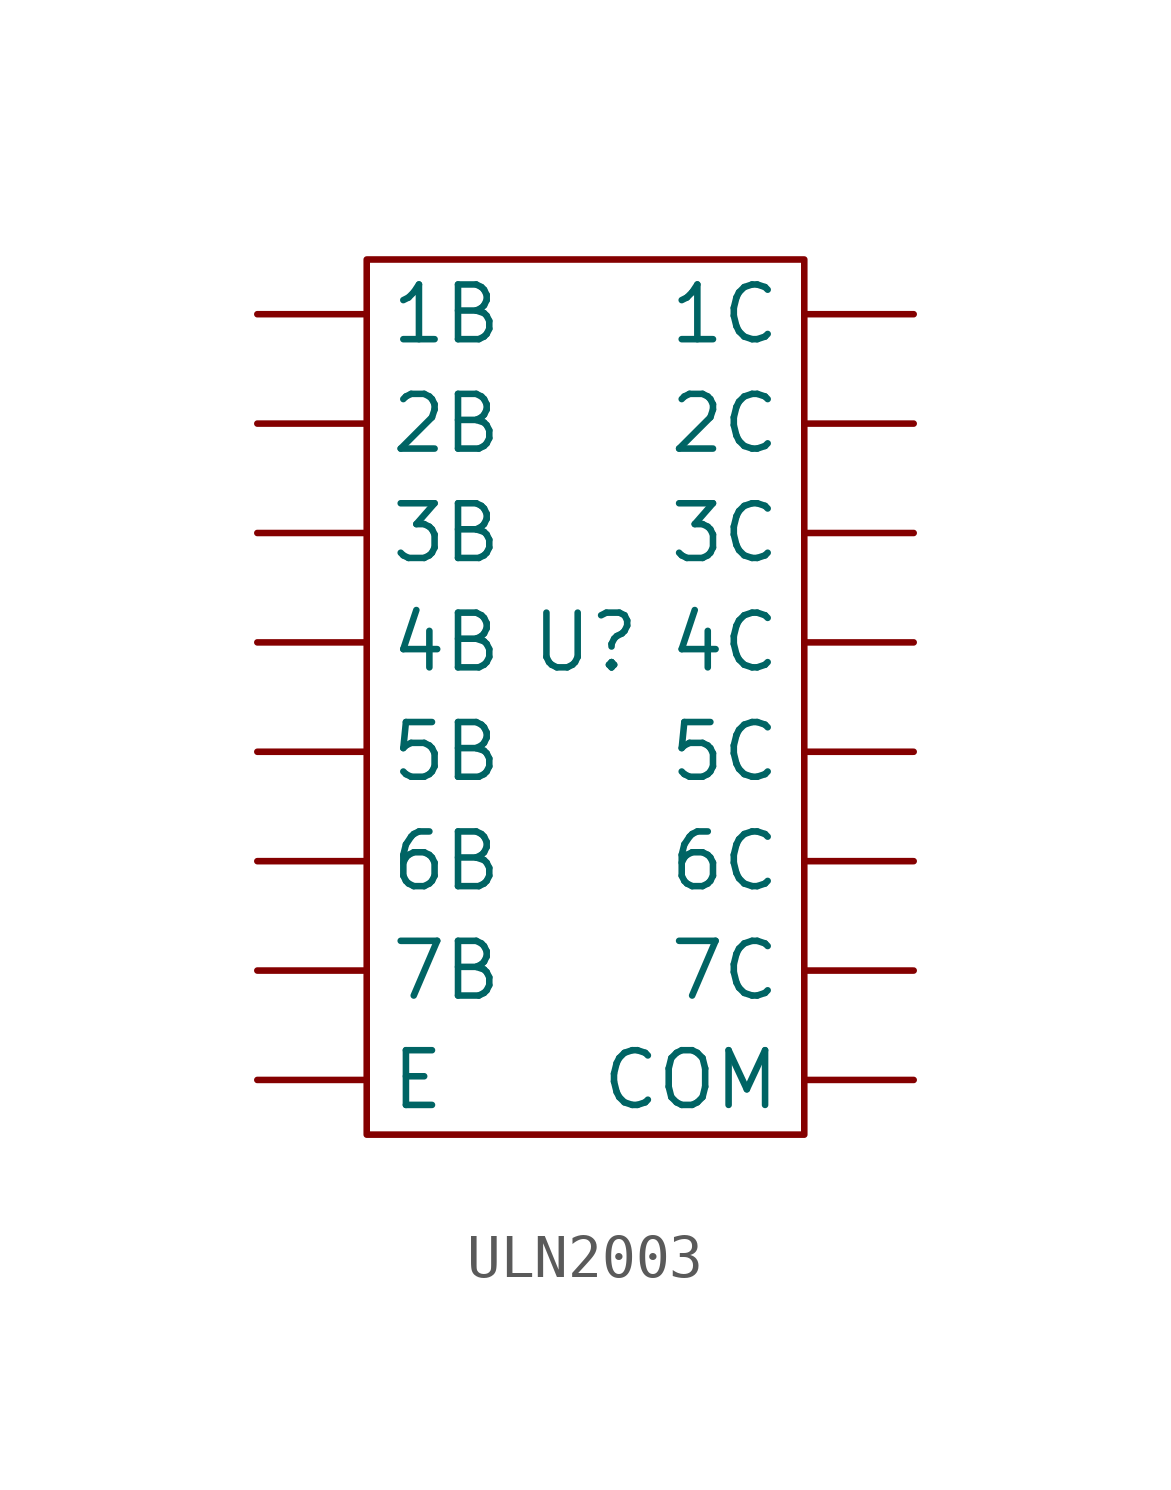
<source format=kicad_sym>
(kicad_symbol_lib
  (version 20231120)
  (generator "kicad_symbol_editor")
  (generator_version "8.0")
  (symbol "ULN2003"
    (property "Reference" "U"
      (at 0 0 0)
      (effects (font (size 1.27 1.27))))
    (property "Value" ""
      (at 0 0 0)
      (effects (font (size 1.27 1.27))))
    (symbol "ULN2003_0_1"
      (rectangle (start -5.08 8.89) (end 5.08 -11.43) (stroke (width 0) (type default)) (fill (type none))))
    (symbol "ULN2003_1_1"
      (pin input line (at -7.62 7.62 0) (length 2.54) (name "1B" (effects (font (size 1.27 1.27)))) (number "" (effects (font (size 1.27 1.27)))))
      (pin input line (at 7.62 7.62 180) (length 2.54) (name "1C" (effects (font (size 1.27 1.27)))) (number "" (effects (font (size 1.27 1.27)))))
      (pin input line (at -7.62 5.08 0) (length 2.54) (name "2B" (effects (font (size 1.27 1.27)))) (number "" (effects (font (size 1.27 1.27)))))
      (pin input line (at 7.62 5.08 180) (length 2.54) (name "2C" (effects (font (size 1.27 1.27)))) (number "" (effects (font (size 1.27 1.27)))))
      (pin input line (at -7.62 2.54 0) (length 2.54) (name "3B" (effects (font (size 1.27 1.27)))) (number "" (effects (font (size 1.27 1.27)))))
      (pin input line (at 7.62 2.54 180) (length 2.54) (name "3C" (effects (font (size 1.27 1.27)))) (number "" (effects (font (size 1.27 1.27)))))
      (pin input line (at -7.62 0 0) (length 2.54) (name "4B" (effects (font (size 1.27 1.27)))) (number "" (effects (font (size 1.27 1.27)))))
      (pin input line (at 7.62 0 180) (length 2.54) (name "4C" (effects (font (size 1.27 1.27)))) (number "" (effects (font (size 1.27 1.27)))))
      (pin input line (at -7.62 -2.54 0) (length 2.54) (name "5B" (effects (font (size 1.27 1.27)))) (number "" (effects (font (size 1.27 1.27)))))
      (pin input line (at 7.62 -2.54 180) (length 2.54) (name "5C" (effects (font (size 1.27 1.27)))) (number "" (effects (font (size 1.27 1.27)))))
      (pin input line (at -7.62 -5.08 0) (length 2.54) (name "6B" (effects (font (size 1.27 1.27)))) (number "" (effects (font (size 1.27 1.27)))))
      (pin output line (at 7.62 -5.08 180) (length 2.54) (name "6C" (effects (font (size 1.27 1.27)))) (number "" (effects (font (size 1.27 1.27)))))
      (pin input line (at -7.62 -7.62 0) (length 2.54) (name "7B" (effects (font (size 1.27 1.27)))) (number "" (effects (font (size 1.27 1.27)))))
      (pin output line (at 7.62 -7.62 180) (length 2.54) (name "7C" (effects (font (size 1.27 1.27)))) (number "" (effects (font (size 1.27 1.27)))))
      (pin output line (at 7.62 -10.16 180) (length 2.54) (name "COM" (effects (font (size 1.27 1.27)))) (number "" (effects (font (size 1.27 1.27)))))
      (pin input line (at -7.62 -10.16 0) (length 2.54) (name "E" (effects (font (size 1.27 1.27)))) (number "" (effects (font (size 1.27 1.27))))))))
</source>
